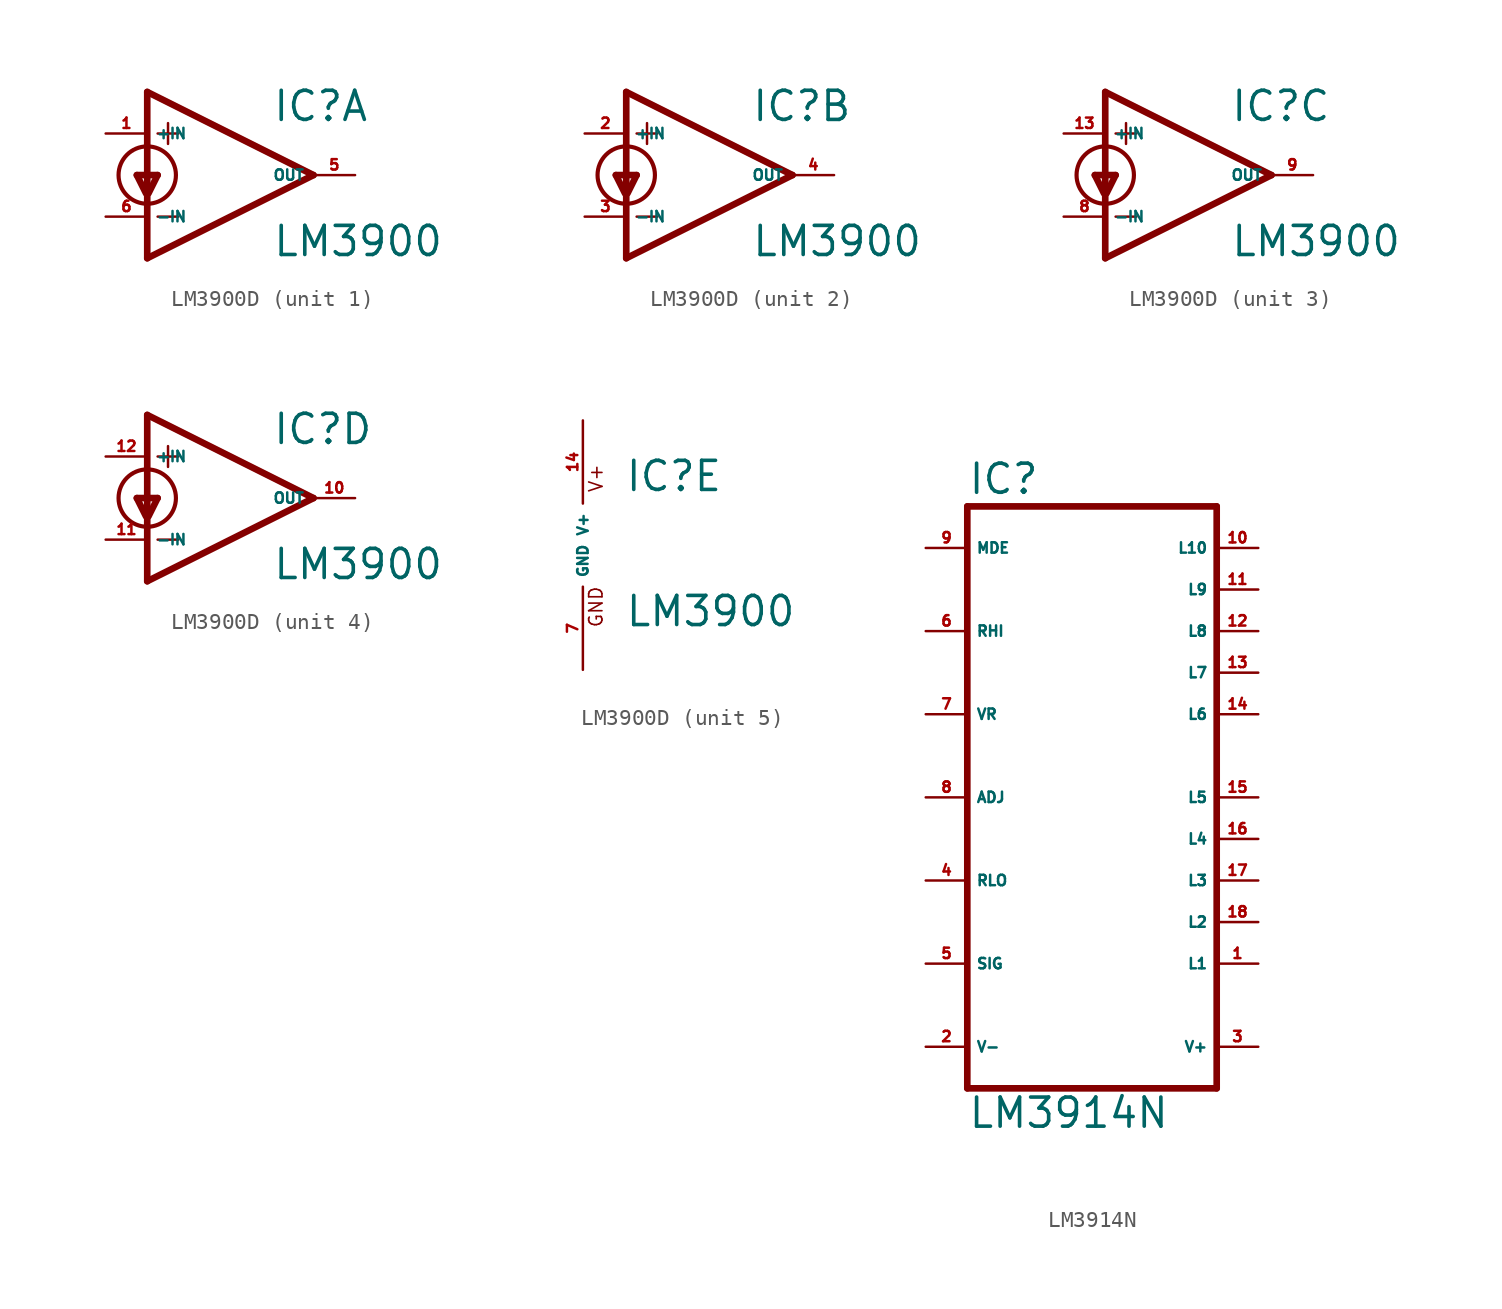
<source format=kicad_sym>
(kicad_symbol_lib
  (version 20220914)
  (generator Eagle2Kicad)
  (symbol "LM3900D"
    (property "Reference" "IC"
      (at 2.54 3.175 0)
      (effects (font (size 1.778 1.778) (thickness 0.22)) (justify left bottom)))
    (property "Value" "LM3900"
      (at 2.54 -5.08 0)
      (effects (font (size 1.778 1.778) (thickness 0.22)) (justify left bottom)))
    (symbol "LM3900D_1_0"
      (polyline (pts (xy -5.08 5.08) (xy -5.08 -5.08)) (stroke (width 0.406) (type default)) (fill (type none)))
      (polyline (pts (xy -5.08 -5.08) (xy 5.08 0)) (stroke (width 0.406) (type default)) (fill (type none)))
      (polyline (pts (xy 5.08 0) (xy -5.08 5.08)) (stroke (width 0.406) (type default)) (fill (type none)))
      (polyline (pts (xy -3.81 3.175) (xy -3.81 1.905)) (stroke (width 0.152) (type default)) (fill (type none)))
      (polyline (pts (xy -4.445 2.54) (xy -3.175 2.54)) (stroke (width 0.152) (type default)) (fill (type none)))
      (polyline (pts (xy -4.445 -2.54) (xy -3.175 -2.54)) (stroke (width 0.152) (type default)) (fill (type none)))
      (polyline (pts (xy -4.445 0) (xy -5.004 -1.118)) (stroke (width 0.406) (type default)) (fill (type none)))
      (polyline (pts (xy -5.715 0) (xy -5.156 -1.118)) (stroke (width 0.406) (type default)) (fill (type none)))
      (polyline (pts (xy -5.715 0) (xy -4.445 0)) (stroke (width 0.406) (type default)) (fill (type none)))
      (circle (center -5.08 0) (radius 1.753) (stroke (width 0.254) (type default)) (fill (type none)))
      (pin input line (at -7.62 2.54 0) (length 2.54) (name "+IN" (effects (font (size 0.635 0.635) (thickness 0.08)) (justify left bottom))) (number "1" (effects (font (size 0.635 0.635) (thickness 0.08)) (justify left bottom))))
      (pin output line (at 7.62 0 180) (length 2.54) (name "OUT" (effects (font (size 0.635 0.635) (thickness 0.08)) (justify left bottom))) (number "5" (effects (font (size 0.635 0.635) (thickness 0.08)) (justify left bottom))))
      (pin input line (at -7.62 -2.54 0) (length 2.54) (name "-IN" (effects (font (size 0.635 0.635) (thickness 0.08)) (justify left bottom))) (number "6" (effects (font (size 0.635 0.635) (thickness 0.08)) (justify left bottom)))))
    (symbol "LM3900D_2_0"
      (polyline (pts (xy -5.08 5.08) (xy -5.08 -5.08)) (stroke (width 0.406) (type default)) (fill (type none)))
      (polyline (pts (xy -5.08 -5.08) (xy 5.08 0)) (stroke (width 0.406) (type default)) (fill (type none)))
      (polyline (pts (xy 5.08 0) (xy -5.08 5.08)) (stroke (width 0.406) (type default)) (fill (type none)))
      (polyline (pts (xy -3.81 3.175) (xy -3.81 1.905)) (stroke (width 0.152) (type default)) (fill (type none)))
      (polyline (pts (xy -4.445 2.54) (xy -3.175 2.54)) (stroke (width 0.152) (type default)) (fill (type none)))
      (polyline (pts (xy -4.445 -2.54) (xy -3.175 -2.54)) (stroke (width 0.152) (type default)) (fill (type none)))
      (polyline (pts (xy -4.445 0) (xy -5.004 -1.118)) (stroke (width 0.406) (type default)) (fill (type none)))
      (polyline (pts (xy -5.715 0) (xy -5.156 -1.118)) (stroke (width 0.406) (type default)) (fill (type none)))
      (polyline (pts (xy -5.715 0) (xy -4.445 0)) (stroke (width 0.406) (type default)) (fill (type none)))
      (circle (center -5.08 0) (radius 1.753) (stroke (width 0.254) (type default)) (fill (type none)))
      (pin input line (at -7.62 2.54 0) (length 2.54) (name "+IN" (effects (font (size 0.635 0.635) (thickness 0.08)) (justify left bottom))) (number "2" (effects (font (size 0.635 0.635) (thickness 0.08)) (justify left bottom))))
      (pin output line (at 7.62 0 180) (length 2.54) (name "OUT" (effects (font (size 0.635 0.635) (thickness 0.08)) (justify left bottom))) (number "4" (effects (font (size 0.635 0.635) (thickness 0.08)) (justify left bottom))))
      (pin input line (at -7.62 -2.54 0) (length 2.54) (name "-IN" (effects (font (size 0.635 0.635) (thickness 0.08)) (justify left bottom))) (number "3" (effects (font (size 0.635 0.635) (thickness 0.08)) (justify left bottom)))))
    (symbol "LM3900D_3_0"
      (polyline (pts (xy -5.08 5.08) (xy -5.08 -5.08)) (stroke (width 0.406) (type default)) (fill (type none)))
      (polyline (pts (xy -5.08 -5.08) (xy 5.08 0)) (stroke (width 0.406) (type default)) (fill (type none)))
      (polyline (pts (xy 5.08 0) (xy -5.08 5.08)) (stroke (width 0.406) (type default)) (fill (type none)))
      (polyline (pts (xy -3.81 3.175) (xy -3.81 1.905)) (stroke (width 0.152) (type default)) (fill (type none)))
      (polyline (pts (xy -4.445 2.54) (xy -3.175 2.54)) (stroke (width 0.152) (type default)) (fill (type none)))
      (polyline (pts (xy -4.445 -2.54) (xy -3.175 -2.54)) (stroke (width 0.152) (type default)) (fill (type none)))
      (polyline (pts (xy -4.445 0) (xy -5.004 -1.118)) (stroke (width 0.406) (type default)) (fill (type none)))
      (polyline (pts (xy -5.715 0) (xy -5.156 -1.118)) (stroke (width 0.406) (type default)) (fill (type none)))
      (polyline (pts (xy -5.715 0) (xy -4.445 0)) (stroke (width 0.406) (type default)) (fill (type none)))
      (circle (center -5.08 0) (radius 1.753) (stroke (width 0.254) (type default)) (fill (type none)))
      (pin input line (at -7.62 2.54 0) (length 2.54) (name "+IN" (effects (font (size 0.635 0.635) (thickness 0.08)) (justify left bottom))) (number "13" (effects (font (size 0.635 0.635) (thickness 0.08)) (justify left bottom))))
      (pin output line (at 7.62 0 180) (length 2.54) (name "OUT" (effects (font (size 0.635 0.635) (thickness 0.08)) (justify left bottom))) (number "9" (effects (font (size 0.635 0.635) (thickness 0.08)) (justify left bottom))))
      (pin input line (at -7.62 -2.54 0) (length 2.54) (name "-IN" (effects (font (size 0.635 0.635) (thickness 0.08)) (justify left bottom))) (number "8" (effects (font (size 0.635 0.635) (thickness 0.08)) (justify left bottom)))))
    (symbol "LM3900D_4_0"
      (polyline (pts (xy -5.08 5.08) (xy -5.08 -5.08)) (stroke (width 0.406) (type default)) (fill (type none)))
      (polyline (pts (xy -5.08 -5.08) (xy 5.08 0)) (stroke (width 0.406) (type default)) (fill (type none)))
      (polyline (pts (xy 5.08 0) (xy -5.08 5.08)) (stroke (width 0.406) (type default)) (fill (type none)))
      (polyline (pts (xy -3.81 3.175) (xy -3.81 1.905)) (stroke (width 0.152) (type default)) (fill (type none)))
      (polyline (pts (xy -4.445 2.54) (xy -3.175 2.54)) (stroke (width 0.152) (type default)) (fill (type none)))
      (polyline (pts (xy -4.445 -2.54) (xy -3.175 -2.54)) (stroke (width 0.152) (type default)) (fill (type none)))
      (polyline (pts (xy -4.445 0) (xy -5.004 -1.118)) (stroke (width 0.406) (type default)) (fill (type none)))
      (polyline (pts (xy -5.715 0) (xy -5.156 -1.118)) (stroke (width 0.406) (type default)) (fill (type none)))
      (polyline (pts (xy -5.715 0) (xy -4.445 0)) (stroke (width 0.406) (type default)) (fill (type none)))
      (circle (center -5.08 0) (radius 1.753) (stroke (width 0.254) (type default)) (fill (type none)))
      (pin input line (at -7.62 2.54 0) (length 2.54) (name "+IN" (effects (font (size 0.635 0.635) (thickness 0.08)) (justify left bottom))) (number "12" (effects (font (size 0.635 0.635) (thickness 0.08)) (justify left bottom))))
      (pin output line (at 7.62 0 180) (length 2.54) (name "OUT" (effects (font (size 0.635 0.635) (thickness 0.08)) (justify left bottom))) (number "10" (effects (font (size 0.635 0.635) (thickness 0.08)) (justify left bottom))))
      (pin input line (at -7.62 -2.54 0) (length 2.54) (name "-IN" (effects (font (size 0.635 0.635) (thickness 0.08)) (justify left bottom))) (number "11" (effects (font (size 0.635 0.635) (thickness 0.08)) (justify left bottom)))))
    (symbol "LM3900D_5_0"
      (text "V+" (at 1.27 3.175 900) (effects (font (size 0.813 0.813) (thickness 0.10)) (justify left bottom)))
      (text "GND" (at 1.27 -5.08 900) (effects (font (size 0.813 0.813) (thickness 0.10)) (justify left bottom)))
      (pin unspecified line (at 0 7.62 270) (length 5.08) (name "V+" (effects (font (size 0.635 0.635) (thickness 0.08)) (justify left bottom))) (number "14" (effects (font (size 0.635 0.635) (thickness 0.08)) (justify left bottom))))
      (pin unspecified line (at 0 -7.62 90) (length 5.08) (name "GND" (effects (font (size 0.635 0.635) (thickness 0.08)) (justify left bottom))) (number "7" (effects (font (size 0.635 0.635) (thickness 0.08)) (justify left bottom))))))
  (symbol "LM3914N"
    (property "Reference" "IC"
      (at -7.62 18.415 0)
      (effects (font (size 1.778 1.778) (thickness 0.22)) (justify left bottom)))
    (property "Value" "LM3914N"
      (at -7.62 -20.32 0)
      (effects (font (size 1.778 1.778) (thickness 0.22)) (justify left bottom)))
    (polyline
      (pts (xy -7.62 -17.78) (xy 7.62 -17.78))
      (stroke (width 0.406) (type default))
      (fill (type none)))
    (polyline
      (pts (xy 7.62 -17.78) (xy 7.62 17.78))
      (stroke (width 0.406) (type default))
      (fill (type none)))
    (polyline
      (pts (xy 7.62 17.78) (xy -7.62 17.78))
      (stroke (width 0.406) (type default))
      (fill (type none)))
    (polyline
      (pts (xy -7.62 17.78) (xy -7.62 -17.78))
      (stroke (width 0.406) (type default))
      (fill (type none)))
    (pin input line
      (at -10.16 10.16 0)
      (length 2.54)
      (name "RHI" (effects (font (size 0.635 0.635) (thickness 0.08)) (justify left bottom)))
      (number "6" (effects (font (size 0.635 0.635) (thickness 0.08)) (justify left bottom))))
    (pin output line
      (at 10.16 15.24 180)
      (length 2.54)
      (name "L10" (effects (font (size 0.635 0.635) (thickness 0.08)) (justify left bottom)))
      (number "10" (effects (font (size 0.635 0.635) (thickness 0.08)) (justify left bottom))))
    (pin input line
      (at -10.16 0 0)
      (length 2.54)
      (name "ADJ" (effects (font (size 0.635 0.635) (thickness 0.08)) (justify left bottom)))
      (number "8" (effects (font (size 0.635 0.635) (thickness 0.08)) (justify left bottom))))
    (pin output line
      (at 10.16 12.7 180)
      (length 2.54)
      (name "L9" (effects (font (size 0.635 0.635) (thickness 0.08)) (justify left bottom)))
      (number "11" (effects (font (size 0.635 0.635) (thickness 0.08)) (justify left bottom))))
    (pin output line
      (at -10.16 5.08 0)
      (length 2.54)
      (name "VR" (effects (font (size 0.635 0.635) (thickness 0.08)) (justify left bottom)))
      (number "7" (effects (font (size 0.635 0.635) (thickness 0.08)) (justify left bottom))))
    (pin input line
      (at -10.16 15.24 0)
      (length 2.54)
      (name "MDE" (effects (font (size 0.635 0.635) (thickness 0.08)) (justify left bottom)))
      (number "9" (effects (font (size 0.635 0.635) (thickness 0.08)) (justify left bottom))))
    (pin input line
      (at -10.16 -5.08 0)
      (length 2.54)
      (name "RLO" (effects (font (size 0.635 0.635) (thickness 0.08)) (justify left bottom)))
      (number "4" (effects (font (size 0.635 0.635) (thickness 0.08)) (justify left bottom))))
    (pin input line
      (at -10.16 -10.16 0)
      (length 2.54)
      (name "SIG" (effects (font (size 0.635 0.635) (thickness 0.08)) (justify left bottom)))
      (number "5" (effects (font (size 0.635 0.635) (thickness 0.08)) (justify left bottom))))
    (pin output line
      (at 10.16 10.16 180)
      (length 2.54)
      (name "L8" (effects (font (size 0.635 0.635) (thickness 0.08)) (justify left bottom)))
      (number "12" (effects (font (size 0.635 0.635) (thickness 0.08)) (justify left bottom))))
    (pin output line
      (at 10.16 7.62 180)
      (length 2.54)
      (name "L7" (effects (font (size 0.635 0.635) (thickness 0.08)) (justify left bottom)))
      (number "13" (effects (font (size 0.635 0.635) (thickness 0.08)) (justify left bottom))))
    (pin output line
      (at 10.16 5.08 180)
      (length 2.54)
      (name "L6" (effects (font (size 0.635 0.635) (thickness 0.08)) (justify left bottom)))
      (number "14" (effects (font (size 0.635 0.635) (thickness 0.08)) (justify left bottom))))
    (pin output line
      (at 10.16 0 180)
      (length 2.54)
      (name "L5" (effects (font (size 0.635 0.635) (thickness 0.08)) (justify left bottom)))
      (number "15" (effects (font (size 0.635 0.635) (thickness 0.08)) (justify left bottom))))
    (pin output line
      (at 10.16 -2.54 180)
      (length 2.54)
      (name "L4" (effects (font (size 0.635 0.635) (thickness 0.08)) (justify left bottom)))
      (number "16" (effects (font (size 0.635 0.635) (thickness 0.08)) (justify left bottom))))
    (pin output line
      (at 10.16 -5.08 180)
      (length 2.54)
      (name "L3" (effects (font (size 0.635 0.635) (thickness 0.08)) (justify left bottom)))
      (number "17" (effects (font (size 0.635 0.635) (thickness 0.08)) (justify left bottom))))
    (pin output line
      (at 10.16 -7.62 180)
      (length 2.54)
      (name "L2" (effects (font (size 0.635 0.635) (thickness 0.08)) (justify left bottom)))
      (number "18" (effects (font (size 0.635 0.635) (thickness 0.08)) (justify left bottom))))
    (pin output line
      (at 10.16 -10.16 180)
      (length 2.54)
      (name "L1" (effects (font (size 0.635 0.635) (thickness 0.08)) (justify left bottom)))
      (number "1" (effects (font (size 0.635 0.635) (thickness 0.08)) (justify left bottom))))
    (pin unspecified line
      (at 10.16 -15.24 180)
      (length 2.54)
      (name "V+" (effects (font (size 0.635 0.635) (thickness 0.08)) (justify left bottom)))
      (number "3" (effects (font (size 0.635 0.635) (thickness 0.08)) (justify left bottom))))
    (pin unspecified line
      (at -10.16 -15.24 0)
      (length 2.54)
      (name "V-" (effects (font (size 0.635 0.635) (thickness 0.08)) (justify left bottom)))
      (number "2" (effects (font (size 0.635 0.635) (thickness 0.08)) (justify left bottom))))))
</source>
